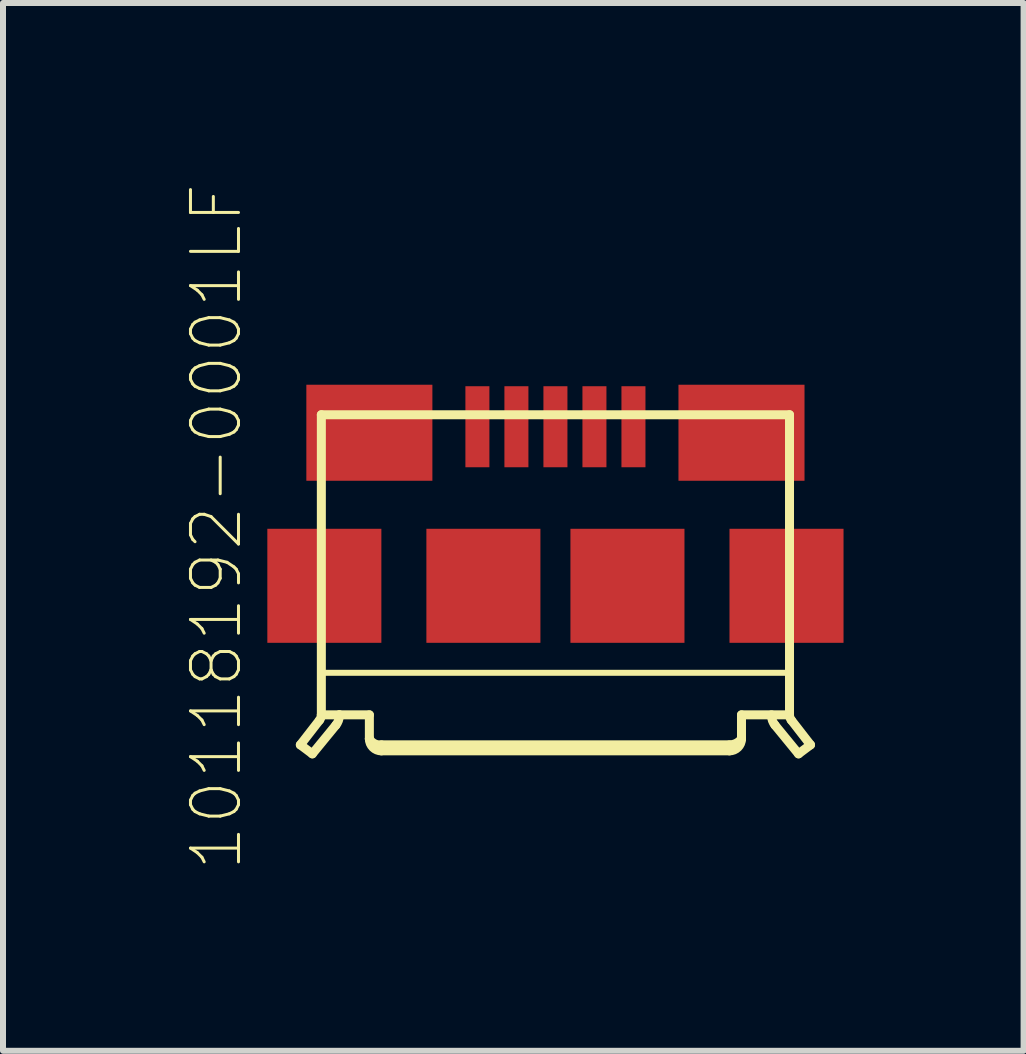
<source format=kicad_pcb>
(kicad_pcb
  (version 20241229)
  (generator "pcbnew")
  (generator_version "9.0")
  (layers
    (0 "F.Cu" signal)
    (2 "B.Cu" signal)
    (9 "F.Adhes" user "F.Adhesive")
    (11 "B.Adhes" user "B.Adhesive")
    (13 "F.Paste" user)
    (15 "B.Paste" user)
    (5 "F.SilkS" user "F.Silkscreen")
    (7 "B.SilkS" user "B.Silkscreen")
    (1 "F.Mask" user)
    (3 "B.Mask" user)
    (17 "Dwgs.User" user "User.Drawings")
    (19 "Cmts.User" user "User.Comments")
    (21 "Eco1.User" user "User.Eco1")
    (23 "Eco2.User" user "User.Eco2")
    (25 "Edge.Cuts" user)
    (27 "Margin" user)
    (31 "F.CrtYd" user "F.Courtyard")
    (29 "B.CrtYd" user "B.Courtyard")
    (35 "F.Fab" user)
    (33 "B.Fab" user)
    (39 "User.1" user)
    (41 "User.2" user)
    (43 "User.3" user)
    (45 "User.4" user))
  (footprint "10118192-0001LF"
    (layer "F.Cu")
    (at 6.204 8.16)
    (property "Reference" "10118192-0001LF" (at -5.648 -2.432 90) (layer "F.SilkS") (effects (font (size 0.8 0.8) (thickness 0.05))))
    (attr smd)
    (fp_line (start -4.25 1.2) (end -4.05 1.35) (stroke (width 0.15) (type solid)) (layer "F.SilkS"))
    (fp_line (start -4.25 1.2) (end -3.931 0.789) (stroke (width 0.15) (type solid)) (layer "F.SilkS"))
    (fp_line (start -4.05 1.35) (end -3.657 0.87) (stroke (width 0.15) (type solid)) (layer "F.SilkS"))
    (fp_line (start -3.9 -4.3) (end 3.9 -4.3) (stroke (width 0.15) (type solid)) (layer "F.SilkS"))
    (fp_line (start -3.9 0.7) (end -3.9 -4.3) (stroke (width 0.15) (type solid)) (layer "F.SilkS"))
    (fp_line (start -3.6 0.7) (end -3.9 0.7) (stroke (width 0.15) (type solid)) (layer "F.SilkS"))
    (fp_line (start -3.6 0.709) (end -3.6 0.7) (stroke (width 0.15) (type solid)) (layer "F.SilkS"))
    (fp_line (start -3.1 0.7) (end -3.6 0.7) (stroke (width 0.15) (type solid)) (layer "F.SilkS"))
    (fp_line (start -3.1 1.1) (end -3.1 0.7) (stroke (width 0.15) (type solid)) (layer "F.SilkS"))
    (fp_line (start 2.9 1.2) (end -2.9 1.2) (stroke (width 0.15) (type solid)) (layer "F.SilkS"))
    (fp_line (start 2.9 1.3) (end -2.9 1.3) (stroke (width 0.15) (type solid)) (layer "F.SilkS"))
    (fp_line (start 3.1 0.7) (end 3.1 1.1) (stroke (width 0.15) (type solid)) (layer "F.SilkS"))
    (fp_line (start 3.6 0.709) (end 3.6 0.7) (stroke (width 0.15) (type solid)) (layer "F.SilkS"))
    (fp_line (start 3.85 0) (end -3.85 0) (stroke (width 0.1) (type solid)) (layer "F.SilkS"))
    (fp_line (start 3.9 -4.3) (end 3.9 0.7) (stroke (width 0.15) (type solid)) (layer "F.SilkS"))
    (fp_line (start 3.9 0.7) (end 3.1 0.7) (stroke (width 0.15) (type solid)) (layer "F.SilkS"))
    (fp_line (start 4.05 1.35) (end 3.657 0.87) (stroke (width 0.15) (type solid)) (layer "F.SilkS"))
    (fp_line (start 4.25 1.2) (end 3.931 0.789) (stroke (width 0.15) (type solid)) (layer "F.SilkS"))
    (fp_line (start 4.25 1.2) (end 4.05 1.35) (stroke (width 0.15) (type solid)) (layer "F.SilkS"))
    (fp_arc (start -3.9 0.7) (mid -3.907843 0.747197) (end -3.930551 0.789309) (stroke (width 0.15) (type solid)) (layer "F.SilkS"))
    (fp_arc (start -3.6 0.7093) (mid -3.614766 0.794718) (end -3.657396 0.870196) (stroke (width 0.15) (type solid)) (layer "F.SilkS"))
    (fp_arc (start -2.90028 1.200035) (mid -3.015265 1.180215) (end -3.1 1.1) (stroke (width 0.15) (type solid)) (layer "F.SilkS"))
    (fp_arc (start -2.9 1.3) (mid -3.041421 1.241421) (end -3.1 1.1) (stroke (width 0.15) (type solid)) (layer "F.SilkS"))
    (fp_arc (start 3.099921 1.100105) (mid 3.011745 1.173636) (end 2.9 1.2) (stroke (width 0.15) (type solid)) (layer "F.SilkS"))
    (fp_arc (start 3.1 1.1) (mid 3.041421 1.241421) (end 2.9 1.3) (stroke (width 0.15) (type solid)) (layer "F.SilkS"))
    (fp_arc (start 3.657396 0.870196) (mid 3.614766 0.794718) (end 3.6 0.7093) (stroke (width 0.15) (type solid)) (layer "F.SilkS"))
    (fp_arc (start 3.930665 0.789455) (mid 3.907868 0.747286) (end 3.9 0.7) (stroke (width 0.15) (type solid)) (layer "F.SilkS"))
    (pad "1" smd rect (at -1.3 -4.1 90) (size 1.35 0.4) (layers "F.Cu" "F.Mask" "F.Paste"))
    (pad "2" smd rect (at -0.65 -4.1 90) (size 1.35 0.4) (layers "F.Cu" "F.Mask" "F.Paste"))
    (pad "3" smd rect (at 0 -4.1 90) (size 1.35 0.4) (layers "F.Cu" "F.Mask" "F.Paste"))
    (pad "4" smd rect (at 0.65 -4.1 90) (size 1.35 0.4) (layers "F.Cu" "F.Mask" "F.Paste"))
    (pad "5" smd rect (at 1.3 -4.1 90) (size 1.35 0.4) (layers "F.Cu" "F.Mask" "F.Paste"))
    (pad "M1" smd rect (at -1.2 -1.45) (size 1.9 1.9) (layers "F.Cu" "F.Mask" "F.Paste"))
    (pad "M2" smd rect (at 1.2 -1.45) (size 1.9 1.9) (layers "F.Cu" "F.Mask" "F.Paste"))
    (pad "S1" smd rect (at -3.85 -1.45) (size 1.9 1.9) (layers "F.Cu" "F.Mask" "F.Paste"))
    (pad "S2" smd rect (at 3.85 -1.45) (size 1.9 1.9) (layers "F.Cu" "F.Mask" "F.Paste"))
    (pad "S3" smd rect (at -3.1 -4) (size 2.1 1.6) (layers "F.Cu" "F.Mask" "F.Paste"))
    (pad "S4" smd rect (at 3.1 -4) (size 2.1 1.6) (layers "F.Cu" "F.Mask" "F.Paste")))
  (gr_rect
    (start -3 -3)
    (end 14.004 14.457)
    (stroke (width 0.1) (type default))
    (fill no)
    (layer "Edge.Cuts")))
</source>
